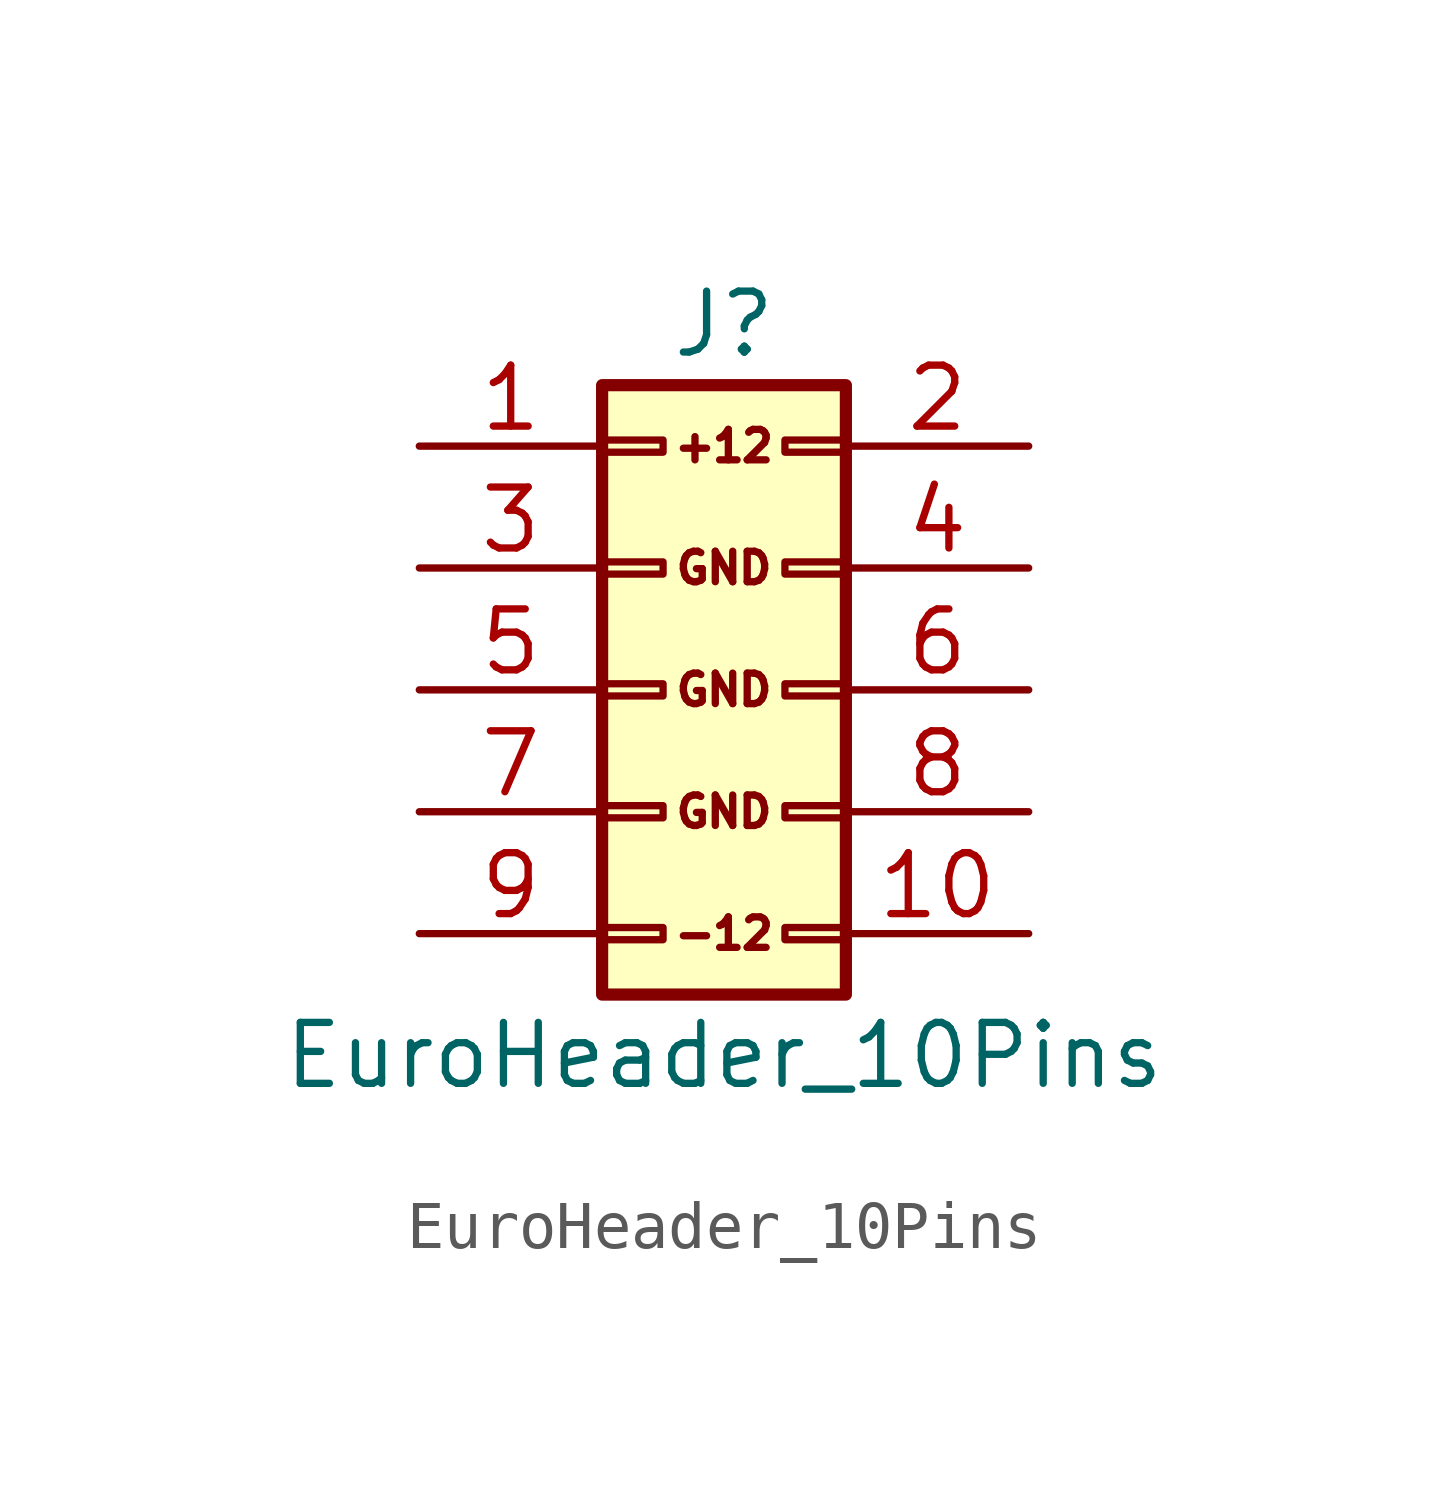
<source format=kicad_sym>
(kicad_symbol_lib
  (version 20211014)
  (generator kicad_symbol_editor)
  (symbol "EuroHeader_10Pins"
    (pin_names
      (offset 1.016) hide)
    (property "Reference" "J"
      (at 1.27 7.62 0)
      (effects (font (size 1.27 1.27))))
    (property "Value" "EuroHeader_10Pins"
      (at 1.27 -7.62 0)
      (effects (font (size 1.27 1.27))))
    (symbol "EuroHeader_10Pins_0_0"
      (text "+12" (at 1.27 5.08 0) (effects (font (size 0.635 0.635))))
      (text "-12" (at 1.27 -5.08 0) (effects (font (size 0.635 0.635))))
      (text "GND" (at 1.27 -2.54 0) (effects (font (size 0.635 0.635))))
      (text "GND" (at 1.27 0 0) (effects (font (size 0.635 0.635))))
      (text "GND" (at 1.27 2.54 0) (effects (font (size 0.635 0.635)))))
    (symbol "EuroHeader_10Pins_1_1"
      (rectangle (start -1.27 -4.953) (end 0 -5.207) (stroke (width 0.152) (type default) (color 0 0 0 0)) (fill (type none)))
      (rectangle (start -1.27 -2.413) (end 0 -2.667) (stroke (width 0.152) (type default) (color 0 0 0 0)) (fill (type none)))
      (rectangle (start -1.27 0.127) (end 0 -0.127) (stroke (width 0.152) (type default) (color 0 0 0 0)) (fill (type none)))
      (rectangle (start -1.27 2.667) (end 0 2.413) (stroke (width 0.152) (type default) (color 0 0 0 0)) (fill (type none)))
      (rectangle (start -1.27 5.207) (end 0 4.953) (stroke (width 0.152) (type default) (color 0 0 0 0)) (fill (type none)))
      (rectangle (start -1.27 6.35) (end 3.81 -6.35) (stroke (width 0.254) (type default) (color 0 0 0 0)) (fill (type background)))
      (rectangle (start 3.81 -4.953) (end 2.54 -5.207) (stroke (width 0.152) (type default) (color 0 0 0 0)) (fill (type none)))
      (rectangle (start 3.81 -2.413) (end 2.54 -2.667) (stroke (width 0.152) (type default) (color 0 0 0 0)) (fill (type none)))
      (rectangle (start 3.81 0.127) (end 2.54 -0.127) (stroke (width 0.152) (type default) (color 0 0 0 0)) (fill (type none)))
      (rectangle (start 3.81 2.667) (end 2.54 2.413) (stroke (width 0.152) (type default) (color 0 0 0 0)) (fill (type none)))
      (rectangle (start 3.81 5.207) (end 2.54 4.953) (stroke (width 0.152) (type default) (color 0 0 0 0)) (fill (type none)))
      (pin power_out line (at -5.08 5.08 0) (length 3.81) (name "Pin_1" (effects (font (size 1.27 1.27)))) (number "1" (effects (font (size 1.27 1.27)))))
      (pin power_out line (at 7.62 -5.08 180) (length 3.81) (name "Pin_10" (effects (font (size 1.27 1.27)))) (number "10" (effects (font (size 1.27 1.27)))))
      (pin power_out line (at 7.62 5.08 180) (length 3.81) (name "Pin_2" (effects (font (size 1.27 1.27)))) (number "2" (effects (font (size 1.27 1.27)))))
      (pin power_in line (at -5.08 2.54 0) (length 3.81) (name "Pin_3" (effects (font (size 1.27 1.27)))) (number "3" (effects (font (size 1.27 1.27)))))
      (pin power_in line (at 7.62 2.54 180) (length 3.81) (name "Pin_4" (effects (font (size 1.27 1.27)))) (number "4" (effects (font (size 1.27 1.27)))))
      (pin power_in line (at -5.08 0 0) (length 3.81) (name "Pin_5" (effects (font (size 1.27 1.27)))) (number "5" (effects (font (size 1.27 1.27)))))
      (pin power_in line (at 7.62 0 180) (length 3.81) (name "Pin_6" (effects (font (size 1.27 1.27)))) (number "6" (effects (font (size 1.27 1.27)))))
      (pin power_in line (at -5.08 -2.54 0) (length 3.81) (name "Pin_7" (effects (font (size 1.27 1.27)))) (number "7" (effects (font (size 1.27 1.27)))))
      (pin power_in line (at 7.62 -2.54 180) (length 3.81) (name "Pin_8" (effects (font (size 1.27 1.27)))) (number "8" (effects (font (size 1.27 1.27)))))
      (pin power_out line (at -5.08 -5.08 0) (length 3.81) (name "Pin_9" (effects (font (size 1.27 1.27)))) (number "9" (effects (font (size 1.27 1.27))))))))
</source>
